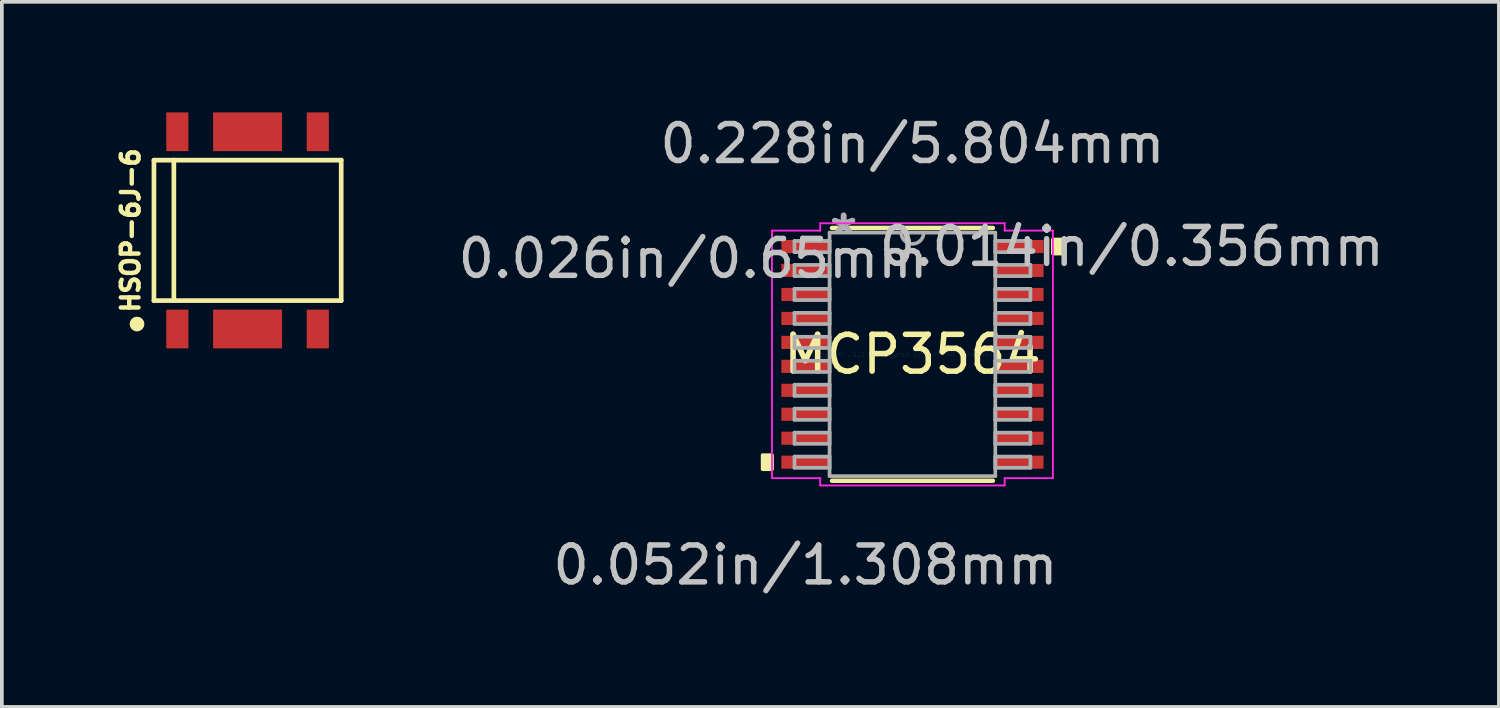
<source format=kicad_pcb>
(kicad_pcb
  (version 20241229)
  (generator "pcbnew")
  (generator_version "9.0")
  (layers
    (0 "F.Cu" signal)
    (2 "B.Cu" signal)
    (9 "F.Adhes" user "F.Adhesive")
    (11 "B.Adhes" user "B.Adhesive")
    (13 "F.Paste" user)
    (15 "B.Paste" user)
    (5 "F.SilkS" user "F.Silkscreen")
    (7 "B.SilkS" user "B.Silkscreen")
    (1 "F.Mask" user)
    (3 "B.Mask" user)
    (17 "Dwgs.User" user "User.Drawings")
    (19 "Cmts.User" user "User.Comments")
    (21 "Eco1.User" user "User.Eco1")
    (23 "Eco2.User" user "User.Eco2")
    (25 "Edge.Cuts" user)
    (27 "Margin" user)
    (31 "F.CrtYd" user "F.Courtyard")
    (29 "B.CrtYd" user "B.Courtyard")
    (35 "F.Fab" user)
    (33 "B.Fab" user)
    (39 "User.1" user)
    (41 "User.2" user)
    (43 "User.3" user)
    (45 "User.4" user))
  (footprint "HSOP-6J-6"
    (layer "F.Cu")
    (at 3.666 3.2)
    (property "Reference" "HSOP-6J-6" (at -3.175 0 270) (layer "F.SilkS") (effects (font (size 0.48 0.48) (thickness 0.15))))
    (attr smd)
    (fp_line (start -2.54 -1.905) (end -2 -1.905) (stroke (width 0.127) (type solid)) (layer "F.SilkS"))
    (fp_line (start -2.54 1.905) (end -2.54 -1.905) (stroke (width 0.127) (type solid)) (layer "F.SilkS"))
    (fp_line (start -2 -1.905) (end -2 1.905) (stroke (width 0.127) (type solid)) (layer "F.SilkS"))
    (fp_line (start -2 -1.905) (end 2.54 -1.905) (stroke (width 0.127) (type solid)) (layer "F.SilkS"))
    (fp_line (start -2 1.905) (end -2.54 1.905) (stroke (width 0.127) (type solid)) (layer "F.SilkS"))
    (fp_line (start 2.54 -1.905) (end 2.54 1.905) (stroke (width 0.127) (type solid)) (layer "F.SilkS"))
    (fp_line (start 2.54 1.905) (end -2 1.905) (stroke (width 0.127) (type solid)) (layer "F.SilkS"))
    (fp_circle (center -3 2.54) (end -2.9 2.54) (stroke (width 0.2) (type solid)) (fill no) (layer "F.SilkS"))
    (pad "1" smd rect (at -1.905 2.675) (size 0.6 1.05) (layers "F.Cu" "F.Mask" "F.Paste"))
    (pad "2" smd rect (at 0 2.675) (size 1.87 1.05) (layers "F.Cu" "F.Mask" "F.Paste"))
    (pad "3" smd rect (at 1.905 2.675) (size 0.6 1.05) (layers "F.Cu" "F.Mask" "F.Paste"))
    (pad "4" smd rect (at 1.905 -2.675) (size 0.6 1.05) (layers "F.Cu" "F.Mask" "F.Paste"))
    (pad "5" smd rect (at 0 -2.675) (size 1.87 1.05) (layers "F.Cu" "F.Mask" "F.Paste"))
    (pad "6" smd rect (at -1.905 -2.675) (size 0.6 1.05) (layers "F.Cu" "F.Mask" "F.Paste")))
  (footprint "MCP3564"
    (layer "F.Cu")
    (at 21.702 6.563)
    (property "Reference" "MCP3564" (at 0 0 0) (layer "F.SilkS") (effects (font (size 1 1) (thickness 0.15))))
    (attr through_hole)
    (fp_line (start -2.182 3.429) (end 2.182 3.429) (stroke (width 0.12) (type solid)) (layer "F.SilkS"))
    (fp_line (start 2.182 -3.429) (end -2.182 -3.429) (stroke (width 0.12) (type solid)) (layer "F.SilkS"))
    (fp_poly (pts (xy -4.064 2.734) (xy -4.064 3.115) (xy -3.81 3.115) (xy -3.81 2.734)) (stroke (width 0.1) (type solid)) (fill yes) (layer "F.SilkS"))
    (fp_poly (pts (xy 4.064 -3.115) (xy 4.064 -2.734) (xy 3.81 -2.734) (xy 3.81 -3.115)) (stroke (width 0.1) (type solid)) (fill yes) (layer "F.SilkS"))
    (fp_line (start -3.81 -3.357) (end -2.502 -3.357) (stroke (width 0.05) (type solid)) (layer "F.CrtYd"))
    (fp_line (start -3.81 3.357) (end -3.81 -3.357) (stroke (width 0.05) (type solid)) (layer "F.CrtYd"))
    (fp_line (start -2.502 -3.556) (end 2.502 -3.556) (stroke (width 0.05) (type solid)) (layer "F.CrtYd"))
    (fp_line (start -2.502 -3.357) (end -2.502 -3.556) (stroke (width 0.05) (type solid)) (layer "F.CrtYd"))
    (fp_line (start -2.502 3.357) (end -3.81 3.357) (stroke (width 0.05) (type solid)) (layer "F.CrtYd"))
    (fp_line (start -2.502 3.556) (end -2.502 3.357) (stroke (width 0.05) (type solid)) (layer "F.CrtYd"))
    (fp_line (start 2.502 -3.556) (end 2.502 -3.357) (stroke (width 0.05) (type solid)) (layer "F.CrtYd"))
    (fp_line (start 2.502 -3.357) (end 3.81 -3.357) (stroke (width 0.05) (type solid)) (layer "F.CrtYd"))
    (fp_line (start 2.502 3.357) (end 2.502 3.556) (stroke (width 0.05) (type solid)) (layer "F.CrtYd"))
    (fp_line (start 2.502 3.556) (end -2.502 3.556) (stroke (width 0.05) (type solid)) (layer "F.CrtYd"))
    (fp_line (start 3.81 -3.357) (end 3.81 3.357) (stroke (width 0.05) (type solid)) (layer "F.CrtYd"))
    (fp_line (start 3.81 3.357) (end 2.502 3.357) (stroke (width 0.05) (type solid)) (layer "F.CrtYd"))
    (fp_line (start -3.2 -3.077) (end -3.2 -2.773) (stroke (width 0.1) (type solid)) (layer "F.Fab"))
    (fp_line (start -3.2 -2.773) (end -2.248 -2.773) (stroke (width 0.1) (type solid)) (layer "F.Fab"))
    (fp_line (start -3.2 -2.427) (end -3.2 -2.123) (stroke (width 0.1) (type solid)) (layer "F.Fab"))
    (fp_line (start -3.2 -2.123) (end -2.248 -2.123) (stroke (width 0.1) (type solid)) (layer "F.Fab"))
    (fp_line (start -3.2 -1.777) (end -3.2 -1.473) (stroke (width 0.1) (type solid)) (layer "F.Fab"))
    (fp_line (start -3.2 -1.473) (end -2.248 -1.473) (stroke (width 0.1) (type solid)) (layer "F.Fab"))
    (fp_line (start -3.2 -1.127) (end -3.2 -0.823) (stroke (width 0.1) (type solid)) (layer "F.Fab"))
    (fp_line (start -3.2 -0.823) (end -2.248 -0.823) (stroke (width 0.1) (type solid)) (layer "F.Fab"))
    (fp_line (start -3.2 -0.477) (end -3.2 -0.173) (stroke (width 0.1) (type solid)) (layer "F.Fab"))
    (fp_line (start -3.2 -0.173) (end -2.248 -0.173) (stroke (width 0.1) (type solid)) (layer "F.Fab"))
    (fp_line (start -3.2 0.173) (end -3.2 0.477) (stroke (width 0.1) (type solid)) (layer "F.Fab"))
    (fp_line (start -3.2 0.477) (end -2.248 0.477) (stroke (width 0.1) (type solid)) (layer "F.Fab"))
    (fp_line (start -3.2 0.823) (end -3.2 1.127) (stroke (width 0.1) (type solid)) (layer "F.Fab"))
    (fp_line (start -3.2 1.127) (end -2.248 1.127) (stroke (width 0.1) (type solid)) (layer "F.Fab"))
    (fp_line (start -3.2 1.473) (end -3.2 1.777) (stroke (width 0.1) (type solid)) (layer "F.Fab"))
    (fp_line (start -3.2 1.777) (end -2.248 1.777) (stroke (width 0.1) (type solid)) (layer "F.Fab"))
    (fp_line (start -3.2 2.123) (end -3.2 2.427) (stroke (width 0.1) (type solid)) (layer "F.Fab"))
    (fp_line (start -3.2 2.427) (end -2.248 2.427) (stroke (width 0.1) (type solid)) (layer "F.Fab"))
    (fp_line (start -3.2 2.773) (end -3.2 3.077) (stroke (width 0.1) (type solid)) (layer "F.Fab"))
    (fp_line (start -3.2 3.077) (end -2.248 3.077) (stroke (width 0.1) (type solid)) (layer "F.Fab"))
    (fp_line (start -2.248 -3.302) (end -2.248 3.302) (stroke (width 0.1) (type solid)) (layer "F.Fab"))
    (fp_line (start -2.248 -3.077) (end -3.2 -3.077) (stroke (width 0.1) (type solid)) (layer "F.Fab"))
    (fp_line (start -2.248 -2.773) (end -2.248 -3.077) (stroke (width 0.1) (type solid)) (layer "F.Fab"))
    (fp_line (start -2.248 -2.427) (end -3.2 -2.427) (stroke (width 0.1) (type solid)) (layer "F.Fab"))
    (fp_line (start -2.248 -2.123) (end -2.248 -2.427) (stroke (width 0.1) (type solid)) (layer "F.Fab"))
    (fp_line (start -2.248 -1.777) (end -3.2 -1.777) (stroke (width 0.1) (type solid)) (layer "F.Fab"))
    (fp_line (start -2.248 -1.473) (end -2.248 -1.777) (stroke (width 0.1) (type solid)) (layer "F.Fab"))
    (fp_line (start -2.248 -1.127) (end -3.2 -1.127) (stroke (width 0.1) (type solid)) (layer "F.Fab"))
    (fp_line (start -2.248 -0.823) (end -2.248 -1.127) (stroke (width 0.1) (type solid)) (layer "F.Fab"))
    (fp_line (start -2.248 -0.477) (end -3.2 -0.477) (stroke (width 0.1) (type solid)) (layer "F.Fab"))
    (fp_line (start -2.248 -0.173) (end -2.248 -0.477) (stroke (width 0.1) (type solid)) (layer "F.Fab"))
    (fp_line (start -2.248 0.173) (end -3.2 0.173) (stroke (width 0.1) (type solid)) (layer "F.Fab"))
    (fp_line (start -2.248 0.477) (end -2.248 0.173) (stroke (width 0.1) (type solid)) (layer "F.Fab"))
    (fp_line (start -2.248 0.823) (end -3.2 0.823) (stroke (width 0.1) (type solid)) (layer "F.Fab"))
    (fp_line (start -2.248 1.127) (end -2.248 0.823) (stroke (width 0.1) (type solid)) (layer "F.Fab"))
    (fp_line (start -2.248 1.473) (end -3.2 1.473) (stroke (width 0.1) (type solid)) (layer "F.Fab"))
    (fp_line (start -2.248 1.777) (end -2.248 1.473) (stroke (width 0.1) (type solid)) (layer "F.Fab"))
    (fp_line (start -2.248 2.123) (end -3.2 2.123) (stroke (width 0.1) (type solid)) (layer "F.Fab"))
    (fp_line (start -2.248 2.427) (end -2.248 2.123) (stroke (width 0.1) (type solid)) (layer "F.Fab"))
    (fp_line (start -2.248 2.773) (end -3.2 2.773) (stroke (width 0.1) (type solid)) (layer "F.Fab"))
    (fp_line (start -2.248 3.077) (end -2.248 2.773) (stroke (width 0.1) (type solid)) (layer "F.Fab"))
    (fp_line (start -2.248 3.302) (end 2.248 3.302) (stroke (width 0.1) (type solid)) (layer "F.Fab"))
    (fp_line (start 2.248 -3.302) (end -2.248 -3.302) (stroke (width 0.1) (type solid)) (layer "F.Fab"))
    (fp_line (start 2.248 -3.077) (end 2.248 -2.773) (stroke (width 0.1) (type solid)) (layer "F.Fab"))
    (fp_line (start 2.248 -2.773) (end 3.2 -2.773) (stroke (width 0.1) (type solid)) (layer "F.Fab"))
    (fp_line (start 2.248 -2.427) (end 2.248 -2.123) (stroke (width 0.1) (type solid)) (layer "F.Fab"))
    (fp_line (start 2.248 -2.123) (end 3.2 -2.123) (stroke (width 0.1) (type solid)) (layer "F.Fab"))
    (fp_line (start 2.248 -1.777) (end 2.248 -1.473) (stroke (width 0.1) (type solid)) (layer "F.Fab"))
    (fp_line (start 2.248 -1.473) (end 3.2 -1.473) (stroke (width 0.1) (type solid)) (layer "F.Fab"))
    (fp_line (start 2.248 -1.127) (end 2.248 -0.823) (stroke (width 0.1) (type solid)) (layer "F.Fab"))
    (fp_line (start 2.248 -0.823) (end 3.2 -0.823) (stroke (width 0.1) (type solid)) (layer "F.Fab"))
    (fp_line (start 2.248 -0.477) (end 2.248 -0.173) (stroke (width 0.1) (type solid)) (layer "F.Fab"))
    (fp_line (start 2.248 -0.173) (end 3.2 -0.173) (stroke (width 0.1) (type solid)) (layer "F.Fab"))
    (fp_line (start 2.248 0.173) (end 2.248 0.477) (stroke (width 0.1) (type solid)) (layer "F.Fab"))
    (fp_line (start 2.248 0.477) (end 3.2 0.477) (stroke (width 0.1) (type solid)) (layer "F.Fab"))
    (fp_line (start 2.248 0.823) (end 2.248 1.127) (stroke (width 0.1) (type solid)) (layer "F.Fab"))
    (fp_line (start 2.248 1.127) (end 3.2 1.127) (stroke (width 0.1) (type solid)) (layer "F.Fab"))
    (fp_line (start 2.248 1.473) (end 2.248 1.777) (stroke (width 0.1) (type solid)) (layer "F.Fab"))
    (fp_line (start 2.248 1.777) (end 3.2 1.777) (stroke (width 0.1) (type solid)) (layer "F.Fab"))
    (fp_line (start 2.248 2.123) (end 2.248 2.427) (stroke (width 0.1) (type solid)) (layer "F.Fab"))
    (fp_line (start 2.248 2.427) (end 3.2 2.427) (stroke (width 0.1) (type solid)) (layer "F.Fab"))
    (fp_line (start 2.248 2.773) (end 2.248 3.077) (stroke (width 0.1) (type solid)) (layer "F.Fab"))
    (fp_line (start 2.248 3.077) (end 3.2 3.077) (stroke (width 0.1) (type solid)) (layer "F.Fab"))
    (fp_line (start 2.248 3.302) (end 2.248 -3.302) (stroke (width 0.1) (type solid)) (layer "F.Fab"))
    (fp_line (start 3.2 -3.077) (end 2.248 -3.077) (stroke (width 0.1) (type solid)) (layer "F.Fab"))
    (fp_line (start 3.2 -2.773) (end 3.2 -3.077) (stroke (width 0.1) (type solid)) (layer "F.Fab"))
    (fp_line (start 3.2 -2.427) (end 2.248 -2.427) (stroke (width 0.1) (type solid)) (layer "F.Fab"))
    (fp_line (start 3.2 -2.123) (end 3.2 -2.427) (stroke (width 0.1) (type solid)) (layer "F.Fab"))
    (fp_line (start 3.2 -1.777) (end 2.248 -1.777) (stroke (width 0.1) (type solid)) (layer "F.Fab"))
    (fp_line (start 3.2 -1.473) (end 3.2 -1.777) (stroke (width 0.1) (type solid)) (layer "F.Fab"))
    (fp_line (start 3.2 -1.127) (end 2.248 -1.127) (stroke (width 0.1) (type solid)) (layer "F.Fab"))
    (fp_line (start 3.2 -0.823) (end 3.2 -1.127) (stroke (width 0.1) (type solid)) (layer "F.Fab"))
    (fp_line (start 3.2 -0.477) (end 2.248 -0.477) (stroke (width 0.1) (type solid)) (layer "F.Fab"))
    (fp_line (start 3.2 -0.173) (end 3.2 -0.477) (stroke (width 0.1) (type solid)) (layer "F.Fab"))
    (fp_line (start 3.2 0.173) (end 2.248 0.173) (stroke (width 0.1) (type solid)) (layer "F.Fab"))
    (fp_line (start 3.2 0.477) (end 3.2 0.173) (stroke (width 0.1) (type solid)) (layer "F.Fab"))
    (fp_line (start 3.2 0.823) (end 2.248 0.823) (stroke (width 0.1) (type solid)) (layer "F.Fab"))
    (fp_line (start 3.2 1.127) (end 3.2 0.823) (stroke (width 0.1) (type solid)) (layer "F.Fab"))
    (fp_line (start 3.2 1.473) (end 2.248 1.473) (stroke (width 0.1) (type solid)) (layer "F.Fab"))
    (fp_line (start 3.2 1.777) (end 3.2 1.473) (stroke (width 0.1) (type solid)) (layer "F.Fab"))
    (fp_line (start 3.2 2.123) (end 2.248 2.123) (stroke (width 0.1) (type solid)) (layer "F.Fab"))
    (fp_line (start 3.2 2.427) (end 3.2 2.123) (stroke (width 0.1) (type solid)) (layer "F.Fab"))
    (fp_line (start 3.2 2.773) (end 2.248 2.773) (stroke (width 0.1) (type solid)) (layer "F.Fab"))
    (fp_line (start 3.2 3.077) (end 3.2 2.773) (stroke (width 0.1) (type solid)) (layer "F.Fab"))
    (fp_arc (start 0.3048 -3.302) (mid 0 -2.9972) (end -0.3048 -3.302) (stroke (width 0.1) (type solid)) (layer "F.Fab"))
    (fp_text user "0.014in/0.356mm" (at 5.95 -2.925 0) (layer "Dwgs.User") (effects (font (size 1 1) (thickness 0.15))))
    (fp_text user "0.026in/0.65mm" (at -5.95 -2.6 0) (layer "Dwgs.User") (effects (font (size 1 1) (thickness 0.15))))
    (fp_text user "0.228in/5.804mm" (at 0 -5.715 0) (layer "Dwgs.User") (effects (font (size 1 1) (thickness 0.15))))
    (fp_text user "0.052in/1.308mm" (at -2.902 5.715 0) (layer "Dwgs.User") (effects (font (size 1 1) (thickness 0.15))))
    (fp_text user "Copyright 2021 Accelerated Designs. All rights reserved." (at 0 0 0) (layer "Cmts.User") (effects (font (size 0.127 0.127) (thickness 0.002))))
    (fp_text user "*" (at -1.867 -3.226 0) (layer "F.Fab") (effects (font (size 1 1) (thickness 0.15))))
    (fp_text user "*" (at -1.867 -3.226 0) (layer "F.Fab") (effects (font (size 1 1) (thickness 0.15))))
    (pad "1" smd rect (at -2.902 -2.925) (size 1.308 0.356) (layers "F.Cu" "F.Mask" "F.Paste"))
    (pad "2" smd rect (at -2.902 -2.275) (size 1.308 0.356) (layers "F.Cu" "F.Mask" "F.Paste"))
    (pad "3" smd rect (at -2.902 -1.625) (size 1.308 0.356) (layers "F.Cu" "F.Mask" "F.Paste"))
    (pad "4" smd rect (at -2.902 -0.975) (size 1.308 0.356) (layers "F.Cu" "F.Mask" "F.Paste"))
    (pad "5" smd rect (at -2.902 -0.325) (size 1.308 0.356) (layers "F.Cu" "F.Mask" "F.Paste"))
    (pad "6" smd rect (at -2.902 0.325) (size 1.308 0.356) (layers "F.Cu" "F.Mask" "F.Paste"))
    (pad "7" smd rect (at -2.902 0.975) (size 1.308 0.356) (layers "F.Cu" "F.Mask" "F.Paste"))
    (pad "8" smd rect (at -2.902 1.625) (size 1.308 0.356) (layers "F.Cu" "F.Mask" "F.Paste"))
    (pad "9" smd rect (at -2.902 2.275) (size 1.308 0.356) (layers "F.Cu" "F.Mask" "F.Paste"))
    (pad "10" smd rect (at -2.902 2.925) (size 1.308 0.356) (layers "F.Cu" "F.Mask" "F.Paste"))
    (pad "11" smd rect (at 2.902 2.925) (size 1.308 0.356) (layers "F.Cu" "F.Mask" "F.Paste"))
    (pad "12" smd rect (at 2.902 2.275) (size 1.308 0.356) (layers "F.Cu" "F.Mask" "F.Paste"))
    (pad "13" smd rect (at 2.902 1.625) (size 1.308 0.356) (layers "F.Cu" "F.Mask" "F.Paste"))
    (pad "14" smd rect (at 2.902 0.975) (size 1.308 0.356) (layers "F.Cu" "F.Mask" "F.Paste"))
    (pad "15" smd rect (at 2.902 0.325) (size 1.308 0.356) (layers "F.Cu" "F.Mask" "F.Paste"))
    (pad "16" smd rect (at 2.902 -0.325) (size 1.308 0.356) (layers "F.Cu" "F.Mask" "F.Paste"))
    (pad "17" smd rect (at 2.902 -0.975) (size 1.308 0.356) (layers "F.Cu" "F.Mask" "F.Paste"))
    (pad "18" smd rect (at 2.902 -1.625) (size 1.308 0.356) (layers "F.Cu" "F.Mask" "F.Paste"))
    (pad "19" smd rect (at 2.902 -2.275) (size 1.308 0.356) (layers "F.Cu" "F.Mask" "F.Paste"))
    (pad "20" smd rect (at 2.902 -2.925) (size 1.308 0.356) (layers "F.Cu" "F.Mask" "F.Paste")))
  (gr_rect
    (start -3 -3)
    (end 37.61 16.127)
    (stroke (width 0.1) (type default))
    (fill no)
    (layer "Edge.Cuts")))
</source>
